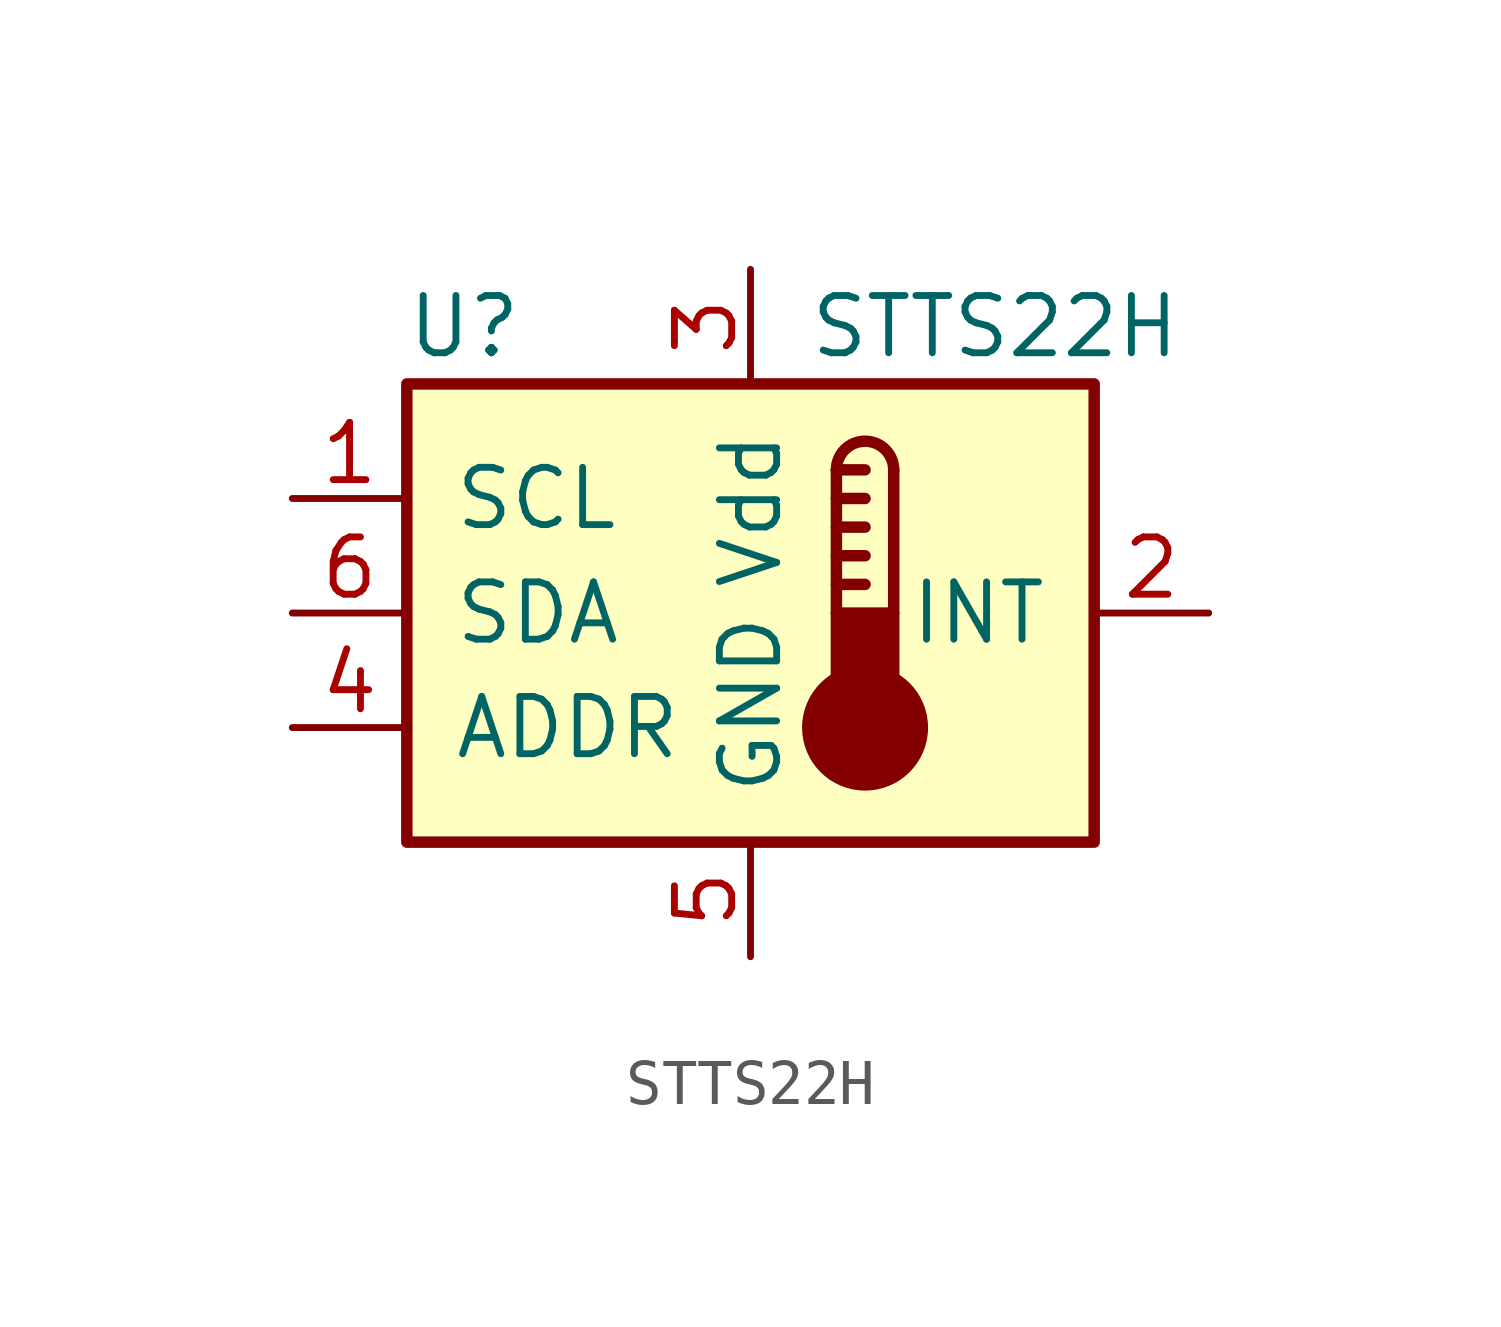
<source format=kicad_sym>
(kicad_symbol_lib
  (version 20200908)
  (generator kicad_symbol_editor)
  (symbol "STTS22HTR:STTS22H"
    (pin_names
      (offset 1.016))
    (property "Reference" "U"
      (at -6.35 6.35 0)
      (effects (font (size 1.27 1.27))))
    (property "Value" "STTS22H"
      (at 1.27 6.35 0)
      (effects (font (size 1.27 1.27)) (justify left)))
    (symbol "STTS22H_0_1"
      (arc (start 3.175 3.175) (end 1.905 3.175) (radius (at 2.54 3.175) (length 0.635) (angles 0.1 179.9)) (stroke (width 0.254)) (fill (type none)))
      (circle (center 2.54 -2.54) (radius 1.27) (stroke (width 0.254)) (fill (type outline)))
      (rectangle (start -7.62 5.08) (end 7.62 -5.08) (stroke (width 0.254)) (fill (type background)))
      (rectangle (start 3.175 -1.905) (end 1.905 0) (stroke (width 0.254)) (fill (type outline)))
      (polyline (pts (xy 1.905 0.635) (xy 2.54 0.635)) (stroke (width 0.254)) (fill (type none)))
      (polyline (pts (xy 1.905 1.27) (xy 2.54 1.27)) (stroke (width 0.254)) (fill (type none)))
      (polyline (pts (xy 1.905 1.905) (xy 2.54 1.905)) (stroke (width 0.254)) (fill (type none)))
      (polyline (pts (xy 1.905 2.54) (xy 2.54 2.54)) (stroke (width 0.254)) (fill (type none)))
      (polyline (pts (xy 1.905 3.175) (xy 1.905 0)) (stroke (width 0.254)) (fill (type none)))
      (polyline (pts (xy 1.905 3.175) (xy 2.54 3.175)) (stroke (width 0.254)) (fill (type none)))
      (polyline (pts (xy 3.175 3.175) (xy 3.175 0)) (stroke (width 0.254)) (fill (type none))))
    (symbol "STTS22H_1_1"
      (pin input line (at -10.16 2.54 0) (length 2.54) (name "SCL" (effects (font (size 1.27 1.27)))) (number "1" (effects (font (size 1.27 1.27)))))
      (pin output line (at 10.16 0 180) (length 2.54) (name "INT" (effects (font (size 1.27 1.27)))) (number "2" (effects (font (size 1.27 1.27)))))
      (pin power_in line (at 0 7.62 270) (length 2.54) (name "Vdd" (effects (font (size 1.27 1.27)))) (number "3" (effects (font (size 1.27 1.27)))))
      (pin input line (at -10.16 -2.54 0) (length 2.54) (name "ADDR" (effects (font (size 1.27 1.27)))) (number "4" (effects (font (size 1.27 1.27)))))
      (pin power_in line (at 0 -7.62 90) (length 2.54) (name "GND" (effects (font (size 1.27 1.27)))) (number "5" (effects (font (size 1.27 1.27))))))
    (symbol "STTS22H_0_0"
      (pin bidirectional line (at -10.16 0 0) (length 2.54) (name "SDA" (effects (font (size 1.27 1.27)))) (number "6" (effects (font (size 1.27 1.27)))))
      (pin power_in line (at 0 -7.62 90) (length 2.54) hide (name "GND" (effects (font (size 1.27 1.27)))) (number "7" (effects (font (size 1.27 1.27))))))))
</source>
